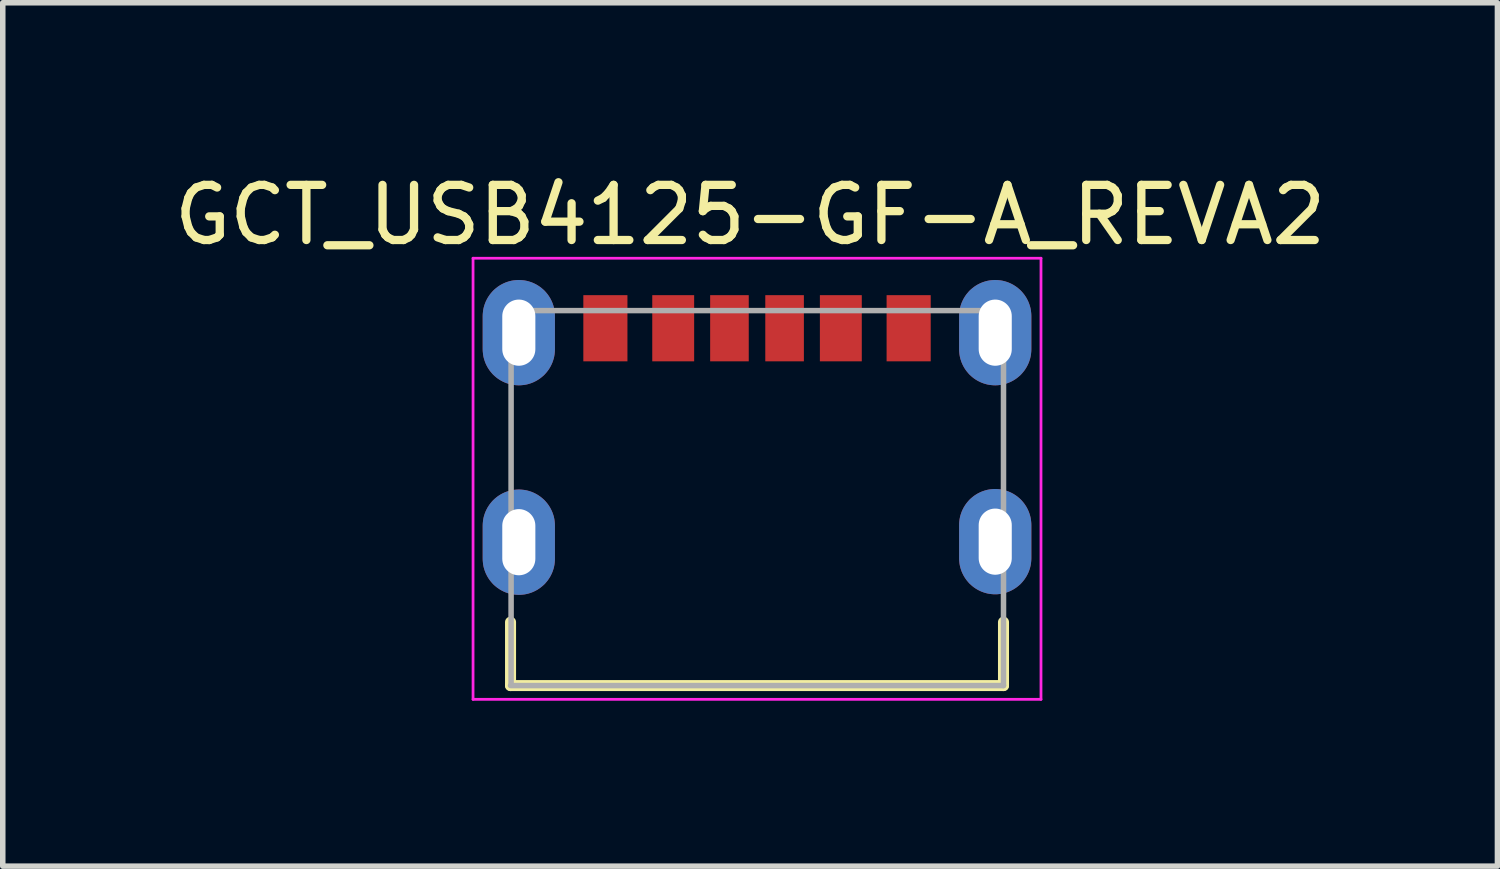
<source format=kicad_pcb>
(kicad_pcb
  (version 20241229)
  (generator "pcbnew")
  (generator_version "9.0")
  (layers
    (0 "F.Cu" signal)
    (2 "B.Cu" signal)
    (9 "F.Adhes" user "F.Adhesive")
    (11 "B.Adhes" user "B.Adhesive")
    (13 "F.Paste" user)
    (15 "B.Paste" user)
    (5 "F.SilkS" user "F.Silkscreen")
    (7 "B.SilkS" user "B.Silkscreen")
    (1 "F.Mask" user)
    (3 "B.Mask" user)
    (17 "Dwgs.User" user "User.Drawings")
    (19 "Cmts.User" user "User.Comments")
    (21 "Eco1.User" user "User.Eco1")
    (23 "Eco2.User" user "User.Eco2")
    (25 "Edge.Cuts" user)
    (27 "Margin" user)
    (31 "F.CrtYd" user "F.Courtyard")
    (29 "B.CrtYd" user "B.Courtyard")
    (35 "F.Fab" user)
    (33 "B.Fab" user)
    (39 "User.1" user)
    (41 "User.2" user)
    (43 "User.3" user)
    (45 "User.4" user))
  (footprint "GCT_USB4125-GF-A_REVA2"
    (layer "F.Cu")
    (at 10.679 5.983)
    (property "Reference" "GCT_USB4125-GF-A_REVA2" (at -0.125 -5.135 0) (layer "F.SilkS") (effects (font (size 1 1) (thickness 0.15))))
    (attr through_hole)
    (fp_poly (pts (xy -4.15 -0.12) (xy -3.95 -0.02) (xy -3.85 0.08) (xy -3.76 0.2) (xy -3.71 0.33) (xy -3.69 0.46) (xy -3.68 0.78) (xy -3.68 1.13) (xy -3.69 1.22) (xy -3.72 1.32) (xy -3.78 1.45) (xy -3.88 1.57) (xy -3.95 1.63) (xy -4.08 1.72) (xy -4.28 1.76) (xy -4.45 1.76) (xy -4.59 1.72) (xy -4.72 1.65) (xy -4.84 1.54) (xy -4.94 1.4) (xy -4.97 1.28) (xy -4.99 1.16) (xy -4.99 0.39) (xy -4.95 0.26) (xy -4.83 0.06) (xy -4.65 -0.08) (xy -4.45 -0.14) (xy -4.32 -0.15)) (stroke (width 0.1) (type solid)) (fill yes) (layer "F.Mask"))
    (fp_poly (pts (xy -4.14 -3.89) (xy -3.94 -3.79) (xy -3.84 -3.69) (xy -3.75 -3.57) (xy -3.7 -3.44) (xy -3.68 -3.31) (xy -3.67 -2.99) (xy -3.67 -2.64) (xy -3.68 -2.55) (xy -3.71 -2.45) (xy -3.77 -2.32) (xy -3.87 -2.2) (xy -3.94 -2.14) (xy -4.07 -2.05) (xy -4.27 -2.01) (xy -4.44 -2.01) (xy -4.58 -2.05) (xy -4.71 -2.12) (xy -4.83 -2.23) (xy -4.93 -2.37) (xy -4.96 -2.49) (xy -4.98 -2.61) (xy -4.98 -3.38) (xy -4.94 -3.51) (xy -4.82 -3.71) (xy -4.64 -3.85) (xy -4.44 -3.91) (xy -4.31 -3.92)) (stroke (width 0.1) (type solid)) (fill yes) (layer "F.Mask"))
    (fp_poly (pts (xy 4.51 -0.14) (xy 4.71 -0.04) (xy 4.81 0.06) (xy 4.9 0.18) (xy 4.95 0.31) (xy 4.97 0.44) (xy 4.98 0.76) (xy 4.98 1.11) (xy 4.97 1.2) (xy 4.94 1.3) (xy 4.88 1.43) (xy 4.78 1.55) (xy 4.71 1.61) (xy 4.58 1.7) (xy 4.38 1.74) (xy 4.21 1.74) (xy 4.07 1.7) (xy 3.94 1.63) (xy 3.82 1.52) (xy 3.72 1.38) (xy 3.69 1.26) (xy 3.67 1.14) (xy 3.67 0.37) (xy 3.71 0.24) (xy 3.83 0.04) (xy 4.01 -0.1) (xy 4.21 -0.16) (xy 4.34 -0.17)) (stroke (width 0.1) (type solid)) (fill yes) (layer "F.Mask"))
    (fp_poly (pts (xy 4.52 -3.95) (xy 4.72 -3.85) (xy 4.82 -3.75) (xy 4.91 -3.63) (xy 4.96 -3.5) (xy 4.98 -3.37) (xy 4.99 -3.05) (xy 4.99 -2.7) (xy 4.98 -2.61) (xy 4.95 -2.51) (xy 4.89 -2.38) (xy 4.79 -2.26) (xy 4.72 -2.2) (xy 4.59 -2.11) (xy 4.39 -2.07) (xy 4.22 -2.07) (xy 4.08 -2.11) (xy 3.95 -2.18) (xy 3.83 -2.29) (xy 3.73 -2.43) (xy 3.7 -2.55) (xy 3.68 -2.67) (xy 3.68 -3.44) (xy 3.72 -3.57) (xy 3.84 -3.77) (xy 4.02 -3.91) (xy 4.22 -3.97) (xy 4.35 -3.98)) (stroke (width 0.1) (type solid)) (fill yes) (layer "F.Mask"))
    (fp_poly (pts (xy -4.16 -0.13) (xy -3.96 -0.03) (xy -3.86 0.07) (xy -3.77 0.19) (xy -3.72 0.32) (xy -3.7 0.45) (xy -3.69 0.77) (xy -3.69 1.12) (xy -3.7 1.21) (xy -3.73 1.31) (xy -3.79 1.44) (xy -3.89 1.56) (xy -3.96 1.62) (xy -4.09 1.71) (xy -4.29 1.75) (xy -4.46 1.75) (xy -4.6 1.71) (xy -4.73 1.64) (xy -4.85 1.53) (xy -4.95 1.39) (xy -4.98 1.27) (xy -5 1.15) (xy -5 0.38) (xy -4.96 0.25) (xy -4.84 0.05) (xy -4.66 -0.09) (xy -4.46 -0.15) (xy -4.33 -0.16)) (stroke (width 0.1) (type solid)) (fill yes) (layer "B.Mask"))
    (fp_poly (pts (xy -4.15 -3.91) (xy -3.95 -3.81) (xy -3.85 -3.71) (xy -3.76 -3.59) (xy -3.71 -3.46) (xy -3.69 -3.33) (xy -3.68 -3.01) (xy -3.68 -2.66) (xy -3.69 -2.57) (xy -3.72 -2.47) (xy -3.78 -2.34) (xy -3.88 -2.22) (xy -3.95 -2.16) (xy -4.08 -2.07) (xy -4.28 -2.03) (xy -4.45 -2.03) (xy -4.59 -2.07) (xy -4.72 -2.14) (xy -4.84 -2.25) (xy -4.94 -2.39) (xy -4.97 -2.51) (xy -4.99 -2.63) (xy -4.99 -3.4) (xy -4.95 -3.53) (xy -4.83 -3.73) (xy -4.65 -3.87) (xy -4.45 -3.93) (xy -4.32 -3.94)) (stroke (width 0.1) (type solid)) (fill yes) (layer "B.Mask"))
    (fp_poly (pts (xy 4.51 -0.14) (xy 4.71 -0.04) (xy 4.81 0.06) (xy 4.9 0.18) (xy 4.95 0.31) (xy 4.97 0.44) (xy 4.98 0.76) (xy 4.98 1.11) (xy 4.97 1.2) (xy 4.94 1.3) (xy 4.88 1.43) (xy 4.78 1.55) (xy 4.71 1.61) (xy 4.58 1.7) (xy 4.38 1.74) (xy 4.21 1.74) (xy 4.07 1.7) (xy 3.94 1.63) (xy 3.82 1.52) (xy 3.72 1.38) (xy 3.69 1.26) (xy 3.67 1.14) (xy 3.67 0.37) (xy 3.71 0.24) (xy 3.83 0.04) (xy 4.01 -0.1) (xy 4.21 -0.16) (xy 4.34 -0.17)) (stroke (width 0.1) (type solid)) (fill yes) (layer "B.Mask"))
    (fp_poly (pts (xy 4.52 -3.94) (xy 4.72 -3.84) (xy 4.82 -3.74) (xy 4.91 -3.62) (xy 4.96 -3.49) (xy 4.98 -3.36) (xy 4.99 -3.04) (xy 4.99 -2.69) (xy 4.98 -2.6) (xy 4.95 -2.5) (xy 4.89 -2.37) (xy 4.79 -2.25) (xy 4.72 -2.19) (xy 4.59 -2.1) (xy 4.39 -2.06) (xy 4.22 -2.06) (xy 4.08 -2.1) (xy 3.95 -2.17) (xy 3.83 -2.28) (xy 3.73 -2.42) (xy 3.7 -2.54) (xy 3.68 -2.66) (xy 3.68 -3.43) (xy 3.72 -3.56) (xy 3.84 -3.76) (xy 4.02 -3.9) (xy 4.22 -3.96) (xy 4.35 -3.97)) (stroke (width 0.1) (type solid)) (fill yes) (layer "B.Mask"))
    (fp_line (start -4.47 2.25) (end -4.47 3.4) (stroke (width 0.2) (type solid)) (layer "F.SilkS"))
    (fp_line (start -4.47 3.4) (end 4.47 3.4) (stroke (width 0.2) (type solid)) (layer "F.SilkS"))
    (fp_line (start 4.47 3.4) (end 4.47 2.25) (stroke (width 0.2) (type solid)) (layer "F.SilkS"))
    (fp_line (start -5.15 -4.35) (end 5.15 -4.35) (stroke (width 0.05) (type solid)) (layer "F.CrtYd"))
    (fp_line (start -5.15 3.65) (end -5.15 -4.35) (stroke (width 0.05) (type solid)) (layer "F.CrtYd"))
    (fp_line (start 5.15 -4.35) (end 5.15 3.65) (stroke (width 0.05) (type solid)) (layer "F.CrtYd"))
    (fp_line (start 5.15 3.65) (end -5.15 3.65) (stroke (width 0.05) (type solid)) (layer "F.CrtYd"))
    (fp_line (start -4.47 -3.4) (end 4.47 -3.4) (stroke (width 0.1) (type solid)) (layer "F.Fab"))
    (fp_line (start -4.46 -3.42) (end -4.46 3.38) (stroke (width 0.1) (type solid)) (layer "F.Fab"))
    (fp_line (start 4.47 -3.4) (end 4.47 3.4) (stroke (width 0.1) (type solid)) (layer "F.Fab"))
    (fp_line (start 4.47 3.4) (end -4.47 3.4) (stroke (width 0.1) (type solid)) (layer "F.Fab"))
    (pad "A5" smd rect (at -0.5 -3.08) (size 0.7 1.2) (layers "F.Cu" "F.Mask" "F.Paste"))
    (pad "A9" smd rect (at 1.52 -3.08) (size 0.76 1.2) (layers "F.Cu" "F.Mask" "F.Paste"))
    (pad "A12" smd rect (at 2.75 -3.08) (size 0.8 1.2) (layers "F.Cu" "F.Mask" "F.Paste"))
    (pad "B5" smd rect (at 0.5 -3.08) (size 0.7 1.2) (layers "F.Cu" "F.Mask" "F.Paste"))
    (pad "B9" smd rect (at -1.52 -3.08) (size 0.76 1.2) (layers "F.Cu" "F.Mask" "F.Paste"))
    (pad "B12" smd rect (at -2.75 -3.08) (size 0.8 1.2) (layers "F.Cu" "F.Mask" "F.Paste"))
    (pad "S1" thru_hole custom (at -4.32 -3) (size 0.8 1.6) (drill oval 0.6 1.2) (layers "*.Cu") (options (anchor rect)) (primitives (gr_poly (pts (xy 0 -0.95) (xy -0.034 -0.949) (xy -0.068 -0.946) (xy -0.102 -0.942) (xy -0.135 -0.936) (xy -0.168 -0.928) (xy -0.201 -0.918) (xy -0.233 -0.907) (xy -0.264 -0.894) (xy -0.295 -0.879) (xy -0.325 -0.863) (xy -0.354 -0.845) (xy -0.382 -0.826) (xy -0.409 -0.805) (xy -0.435 -0.783) (xy -0.46 -0.76) (xy -0.483 -0.735) (xy -0.505 -0.709) (xy -0.526 -0.682) (xy -0.545 -0.654) (xy -0.563 -0.625) (xy -0.579 -0.595) (xy -0.594 -0.564) (xy -0.607 -0.533) (xy -0.618 -0.501) (xy -0.628 -0.468) (xy -0.636 -0.435) (xy -0.642 -0.402) (xy -0.646 -0.368) (xy -0.649 -0.334) (xy -0.65 -0.3) (xy -0.65 0.3) (xy -0.649 0.334) (xy -0.646 0.368) (xy -0.642 0.402) (xy -0.636 0.435) (xy -0.628 0.468) (xy -0.618 0.501) (xy -0.607 0.533) (xy -0.594 0.564) (xy -0.579 0.595) (xy -0.563 0.625) (xy -0.545 0.654) (xy -0.526 0.682) (xy -0.505 0.709) (xy -0.483 0.735) (xy -0.46 0.76) (xy -0.435 0.783) (xy -0.409 0.805) (xy -0.382 0.826) (xy -0.354 0.845) (xy -0.325 0.863) (xy -0.295 0.879) (xy -0.264 0.894) (xy -0.233 0.907) (xy -0.201 0.918) (xy -0.168 0.928) (xy -0.135 0.936) (xy -0.102 0.942) (xy -0.068 0.946) (xy -0.034 0.949) (xy 0 0.95) (xy 0.034 0.949) (xy 0.068 0.946) (xy 0.102 0.942) (xy 0.135 0.936) (xy 0.168 0.928) (xy 0.201 0.918) (xy 0.233 0.907) (xy 0.264 0.894) (xy 0.295 0.879) (xy 0.325 0.863) (xy 0.354 0.845) (xy 0.382 0.826) (xy 0.409 0.805) (xy 0.435 0.783) (xy 0.46 0.76) (xy 0.483 0.735) (xy 0.505 0.709) (xy 0.526 0.682) (xy 0.545 0.654) (xy 0.563 0.625) (xy 0.579 0.595) (xy 0.594 0.564) (xy 0.607 0.533) (xy 0.618 0.501) (xy 0.628 0.468) (xy 0.636 0.435) (xy 0.642 0.402) (xy 0.646 0.368) (xy 0.649 0.334) (xy 0.65 0.3) (xy 0.65 -0.3) (xy 0.649 -0.334) (xy 0.646 -0.368) (xy 0.642 -0.402) (xy 0.636 -0.435) (xy 0.628 -0.468) (xy 0.618 -0.501) (xy 0.607 -0.533) (xy 0.594 -0.564) (xy 0.579 -0.595) (xy 0.563 -0.625) (xy 0.545 -0.654) (xy 0.526 -0.682) (xy 0.505 -0.709) (xy 0.483 -0.735) (xy 0.46 -0.76) (xy 0.435 -0.783) (xy 0.409 -0.805) (xy 0.382 -0.826) (xy 0.354 -0.845) (xy 0.325 -0.863) (xy 0.295 -0.879) (xy 0.264 -0.894) (xy 0.233 -0.907) (xy 0.201 -0.918) (xy 0.168 -0.928) (xy 0.135 -0.936) (xy 0.102 -0.942) (xy 0.068 -0.946) (xy 0.034 -0.949) (xy 0 -0.95)) (width 0.01) (fill yes)) (gr_poly (pts (xy 0 -0.85) (xy -0.029 -0.849) (xy -0.057 -0.847) (xy -0.086 -0.843) (xy -0.114 -0.838) (xy -0.142 -0.831) (xy -0.17 -0.823) (xy -0.197 -0.813) (xy -0.224 -0.802) (xy -0.25 -0.79) (xy -0.275 -0.776) (xy -0.3 -0.761) (xy -0.323 -0.745) (xy -0.346 -0.727) (xy -0.368 -0.709) (xy -0.389 -0.689) (xy -0.409 -0.668) (xy -0.427 -0.646) (xy -0.445 -0.623) (xy -0.461 -0.6) (xy -0.476 -0.575) (xy -0.49 -0.55) (xy -0.502 -0.524) (xy -0.513 -0.497) (xy -0.523 -0.47) (xy -0.531 -0.442) (xy -0.538 -0.414) (xy -0.543 -0.386) (xy -0.547 -0.357) (xy -0.549 -0.329) (xy -0.55 -0.3) (xy -0.55 0.3) (xy -0.549 0.329) (xy -0.547 0.357) (xy -0.543 0.386) (xy -0.538 0.414) (xy -0.531 0.442) (xy -0.523 0.47) (xy -0.513 0.497) (xy -0.502 0.524) (xy -0.49 0.55) (xy -0.476 0.575) (xy -0.461 0.6) (xy -0.445 0.623) (xy -0.427 0.646) (xy -0.409 0.668) (xy -0.389 0.689) (xy -0.368 0.709) (xy -0.346 0.727) (xy -0.323 0.745) (xy -0.3 0.761) (xy -0.275 0.776) (xy -0.25 0.79) (xy -0.224 0.802) (xy -0.197 0.813) (xy -0.17 0.823) (xy -0.142 0.831) (xy -0.114 0.838) (xy -0.086 0.843) (xy -0.057 0.847) (xy -0.029 0.849) (xy 0 0.85) (xy 0.029 0.849) (xy 0.057 0.847) (xy 0.086 0.843) (xy 0.114 0.838) (xy 0.142 0.831) (xy 0.17 0.823) (xy 0.197 0.813) (xy 0.224 0.802) (xy 0.25 0.79) (xy 0.275 0.776) (xy 0.3 0.761) (xy 0.323 0.745) (xy 0.346 0.727) (xy 0.368 0.709) (xy 0.389 0.689) (xy 0.409 0.668) (xy 0.427 0.646) (xy 0.445 0.623) (xy 0.461 0.6) (xy 0.476 0.575) (xy 0.49 0.55) (xy 0.502 0.524) (xy 0.513 0.497) (xy 0.523 0.47) (xy 0.531 0.442) (xy 0.538 0.414) (xy 0.543 0.386) (xy 0.547 0.357) (xy 0.549 0.329) (xy 0.55 0.3) (xy 0.55 -0.3) (xy 0.549 -0.329) (xy 0.547 -0.357) (xy 0.543 -0.386) (xy 0.538 -0.414) (xy 0.531 -0.442) (xy 0.523 -0.47) (xy 0.513 -0.497) (xy 0.502 -0.524) (xy 0.49 -0.55) (xy 0.476 -0.575) (xy 0.461 -0.6) (xy 0.445 -0.623) (xy 0.427 -0.646) (xy 0.409 -0.668) (xy 0.389 -0.689) (xy 0.368 -0.709) (xy 0.346 -0.727) (xy 0.323 -0.745) (xy 0.3 -0.761) (xy 0.275 -0.776) (xy 0.25 -0.79) (xy 0.224 -0.802) (xy 0.197 -0.813) (xy 0.17 -0.823) (xy 0.142 -0.831) (xy 0.114 -0.838) (xy 0.086 -0.843) (xy 0.057 -0.847) (xy 0.029 -0.849) (xy 0 -0.85)) (width 0.01) (fill yes)) (gr_poly (pts (xy 0 -0.95) (xy -0.034 -0.949) (xy -0.068 -0.946) (xy -0.102 -0.942) (xy -0.135 -0.936) (xy -0.168 -0.928) (xy -0.201 -0.918) (xy -0.233 -0.907) (xy -0.264 -0.894) (xy -0.295 -0.879) (xy -0.325 -0.863) (xy -0.354 -0.845) (xy -0.382 -0.826) (xy -0.409 -0.805) (xy -0.435 -0.783) (xy -0.46 -0.76) (xy -0.483 -0.735) (xy -0.505 -0.709) (xy -0.526 -0.682) (xy -0.545 -0.654) (xy -0.563 -0.625) (xy -0.579 -0.595) (xy -0.594 -0.564) (xy -0.607 -0.533) (xy -0.618 -0.501) (xy -0.628 -0.468) (xy -0.636 -0.435) (xy -0.642 -0.402) (xy -0.646 -0.368) (xy -0.649 -0.334) (xy -0.65 -0.3) (xy -0.65 0.3) (xy -0.649 0.334) (xy -0.646 0.368) (xy -0.642 0.402) (xy -0.636 0.435) (xy -0.628 0.468) (xy -0.618 0.501) (xy -0.607 0.533) (xy -0.594 0.564) (xy -0.579 0.595) (xy -0.563 0.625) (xy -0.545 0.654) (xy -0.526 0.682) (xy -0.505 0.709) (xy -0.483 0.735) (xy -0.46 0.76) (xy -0.435 0.783) (xy -0.409 0.805) (xy -0.382 0.826) (xy -0.354 0.845) (xy -0.325 0.863) (xy -0.295 0.879) (xy -0.264 0.894) (xy -0.233 0.907) (xy -0.201 0.918) (xy -0.168 0.928) (xy -0.135 0.936) (xy -0.102 0.942) (xy -0.068 0.946) (xy -0.034 0.949) (xy 0 0.95) (xy 0.034 0.949) (xy 0.068 0.946) (xy 0.102 0.942) (xy 0.135 0.936) (xy 0.168 0.928) (xy 0.201 0.918) (xy 0.233 0.907) (xy 0.264 0.894) (xy 0.295 0.879) (xy 0.325 0.863) (xy 0.354 0.845) (xy 0.382 0.826) (xy 0.409 0.805) (xy 0.435 0.783) (xy 0.46 0.76) (xy 0.483 0.735) (xy 0.505 0.709) (xy 0.526 0.682) (xy 0.545 0.654) (xy 0.563 0.625) (xy 0.579 0.595) (xy 0.594 0.564) (xy 0.607 0.533) (xy 0.618 0.501) (xy 0.628 0.468) (xy 0.636 0.435) (xy 0.642 0.402) (xy 0.646 0.368) (xy 0.649 0.334) (xy 0.65 0.3) (xy 0.65 -0.3) (xy 0.649 -0.334) (xy 0.646 -0.368) (xy 0.642 -0.402) (xy 0.636 -0.435) (xy 0.628 -0.468) (xy 0.618 -0.501) (xy 0.607 -0.533) (xy 0.594 -0.564) (xy 0.579 -0.595) (xy 0.563 -0.625) (xy 0.545 -0.654) (xy 0.526 -0.682) (xy 0.505 -0.709) (xy 0.483 -0.735) (xy 0.46 -0.76) (xy 0.435 -0.783) (xy 0.409 -0.805) (xy 0.382 -0.826) (xy 0.354 -0.845) (xy 0.325 -0.863) (xy 0.295 -0.879) (xy 0.264 -0.894) (xy 0.233 -0.907) (xy 0.201 -0.918) (xy 0.168 -0.928) (xy 0.135 -0.936) (xy 0.102 -0.942) (xy 0.068 -0.946) (xy 0.034 -0.949) (xy 0 -0.95)) (width 0.01) (fill yes)) (gr_poly (pts (xy 0 -0.85) (xy -0.029 -0.849) (xy -0.057 -0.847) (xy -0.086 -0.843) (xy -0.114 -0.838) (xy -0.142 -0.831) (xy -0.17 -0.823) (xy -0.197 -0.813) (xy -0.224 -0.802) (xy -0.25 -0.79) (xy -0.275 -0.776) (xy -0.3 -0.761) (xy -0.323 -0.745) (xy -0.346 -0.727) (xy -0.368 -0.709) (xy -0.389 -0.689) (xy -0.409 -0.668) (xy -0.427 -0.646) (xy -0.445 -0.623) (xy -0.461 -0.6) (xy -0.476 -0.575) (xy -0.49 -0.55) (xy -0.502 -0.524) (xy -0.513 -0.497) (xy -0.523 -0.47) (xy -0.531 -0.442) (xy -0.538 -0.414) (xy -0.543 -0.386) (xy -0.547 -0.357) (xy -0.549 -0.329) (xy -0.55 -0.3) (xy -0.55 0.3) (xy -0.549 0.329) (xy -0.547 0.357) (xy -0.543 0.386) (xy -0.538 0.414) (xy -0.531 0.442) (xy -0.523 0.47) (xy -0.513 0.497) (xy -0.502 0.524) (xy -0.49 0.55) (xy -0.476 0.575) (xy -0.461 0.6) (xy -0.445 0.623) (xy -0.427 0.646) (xy -0.409 0.668) (xy -0.389 0.689) (xy -0.368 0.709) (xy -0.346 0.727) (xy -0.323 0.745) (xy -0.3 0.761) (xy -0.275 0.776) (xy -0.25 0.79) (xy -0.224 0.802) (xy -0.197 0.813) (xy -0.17 0.823) (xy -0.142 0.831) (xy -0.114 0.838) (xy -0.086 0.843) (xy -0.057 0.847) (xy -0.029 0.849) (xy 0 0.85) (xy 0.029 0.849) (xy 0.057 0.847) (xy 0.086 0.843) (xy 0.114 0.838) (xy 0.142 0.831) (xy 0.17 0.823) (xy 0.197 0.813) (xy 0.224 0.802) (xy 0.25 0.79) (xy 0.275 0.776) (xy 0.3 0.761) (xy 0.323 0.745) (xy 0.346 0.727) (xy 0.368 0.709) (xy 0.389 0.689) (xy 0.409 0.668) (xy 0.427 0.646) (xy 0.445 0.623) (xy 0.461 0.6) (xy 0.476 0.575) (xy 0.49 0.55) (xy 0.502 0.524) (xy 0.513 0.497) (xy 0.523 0.47) (xy 0.531 0.442) (xy 0.538 0.414) (xy 0.543 0.386) (xy 0.547 0.357) (xy 0.549 0.329) (xy 0.55 0.3) (xy 0.55 -0.3) (xy 0.549 -0.329) (xy 0.547 -0.357) (xy 0.543 -0.386) (xy 0.538 -0.414) (xy 0.531 -0.442) (xy 0.523 -0.47) (xy 0.513 -0.497) (xy 0.502 -0.524) (xy 0.49 -0.55) (xy 0.476 -0.575) (xy 0.461 -0.6) (xy 0.445 -0.623) (xy 0.427 -0.646) (xy 0.409 -0.668) (xy 0.389 -0.689) (xy 0.368 -0.709) (xy 0.346 -0.727) (xy 0.323 -0.745) (xy 0.3 -0.761) (xy 0.275 -0.776) (xy 0.25 -0.79) (xy 0.224 -0.802) (xy 0.197 -0.813) (xy 0.17 -0.823) (xy 0.142 -0.831) (xy 0.114 -0.838) (xy 0.086 -0.843) (xy 0.057 -0.847) (xy 0.029 -0.849) (xy 0 -0.85)) (width 0.01) (fill yes))))
    (pad "S1" thru_hole custom (at -4.32 0.8) (size 0.8 1.6) (drill oval 0.6 1.2) (layers "*.Cu") (options (anchor rect)) (primitives (gr_poly (pts (xy 0 -0.95) (xy -0.034 -0.949) (xy -0.068 -0.946) (xy -0.102 -0.942) (xy -0.135 -0.936) (xy -0.168 -0.928) (xy -0.201 -0.918) (xy -0.233 -0.907) (xy -0.264 -0.894) (xy -0.295 -0.879) (xy -0.325 -0.863) (xy -0.354 -0.845) (xy -0.382 -0.826) (xy -0.409 -0.805) (xy -0.435 -0.783) (xy -0.46 -0.76) (xy -0.483 -0.735) (xy -0.505 -0.709) (xy -0.526 -0.682) (xy -0.545 -0.654) (xy -0.563 -0.625) (xy -0.579 -0.595) (xy -0.594 -0.564) (xy -0.607 -0.533) (xy -0.618 -0.501) (xy -0.628 -0.468) (xy -0.636 -0.435) (xy -0.642 -0.402) (xy -0.646 -0.368) (xy -0.649 -0.334) (xy -0.65 -0.3) (xy -0.65 0.3) (xy -0.649 0.334) (xy -0.646 0.368) (xy -0.642 0.402) (xy -0.636 0.435) (xy -0.628 0.468) (xy -0.618 0.501) (xy -0.607 0.533) (xy -0.594 0.564) (xy -0.579 0.595) (xy -0.563 0.625) (xy -0.545 0.654) (xy -0.526 0.682) (xy -0.505 0.709) (xy -0.483 0.735) (xy -0.46 0.76) (xy -0.435 0.783) (xy -0.409 0.805) (xy -0.382 0.826) (xy -0.354 0.845) (xy -0.325 0.863) (xy -0.295 0.879) (xy -0.264 0.894) (xy -0.233 0.907) (xy -0.201 0.918) (xy -0.168 0.928) (xy -0.135 0.936) (xy -0.102 0.942) (xy -0.068 0.946) (xy -0.034 0.949) (xy 0 0.95) (xy 0.034 0.949) (xy 0.068 0.946) (xy 0.102 0.942) (xy 0.135 0.936) (xy 0.168 0.928) (xy 0.201 0.918) (xy 0.233 0.907) (xy 0.264 0.894) (xy 0.295 0.879) (xy 0.325 0.863) (xy 0.354 0.845) (xy 0.382 0.826) (xy 0.409 0.805) (xy 0.435 0.783) (xy 0.46 0.76) (xy 0.483 0.735) (xy 0.505 0.709) (xy 0.526 0.682) (xy 0.545 0.654) (xy 0.563 0.625) (xy 0.579 0.595) (xy 0.594 0.564) (xy 0.607 0.533) (xy 0.618 0.501) (xy 0.628 0.468) (xy 0.636 0.435) (xy 0.642 0.402) (xy 0.646 0.368) (xy 0.649 0.334) (xy 0.65 0.3) (xy 0.65 -0.3) (xy 0.649 -0.334) (xy 0.646 -0.368) (xy 0.642 -0.402) (xy 0.636 -0.435) (xy 0.628 -0.468) (xy 0.618 -0.501) (xy 0.607 -0.533) (xy 0.594 -0.564) (xy 0.579 -0.595) (xy 0.563 -0.625) (xy 0.545 -0.654) (xy 0.526 -0.682) (xy 0.505 -0.709) (xy 0.483 -0.735) (xy 0.46 -0.76) (xy 0.435 -0.783) (xy 0.409 -0.805) (xy 0.382 -0.826) (xy 0.354 -0.845) (xy 0.325 -0.863) (xy 0.295 -0.879) (xy 0.264 -0.894) (xy 0.233 -0.907) (xy 0.201 -0.918) (xy 0.168 -0.928) (xy 0.135 -0.936) (xy 0.102 -0.942) (xy 0.068 -0.946) (xy 0.034 -0.949) (xy 0 -0.95)) (width 0.01) (fill yes)) (gr_poly (pts (xy 0 -0.85) (xy -0.029 -0.849) (xy -0.057 -0.847) (xy -0.086 -0.843) (xy -0.114 -0.838) (xy -0.142 -0.831) (xy -0.17 -0.823) (xy -0.197 -0.813) (xy -0.224 -0.802) (xy -0.25 -0.79) (xy -0.275 -0.776) (xy -0.3 -0.761) (xy -0.323 -0.745) (xy -0.346 -0.727) (xy -0.368 -0.709) (xy -0.389 -0.689) (xy -0.409 -0.668) (xy -0.427 -0.646) (xy -0.445 -0.623) (xy -0.461 -0.6) (xy -0.476 -0.575) (xy -0.49 -0.55) (xy -0.502 -0.524) (xy -0.513 -0.497) (xy -0.523 -0.47) (xy -0.531 -0.442) (xy -0.538 -0.414) (xy -0.543 -0.386) (xy -0.547 -0.357) (xy -0.549 -0.329) (xy -0.55 -0.3) (xy -0.55 0.3) (xy -0.549 0.329) (xy -0.547 0.357) (xy -0.543 0.386) (xy -0.538 0.414) (xy -0.531 0.442) (xy -0.523 0.47) (xy -0.513 0.497) (xy -0.502 0.524) (xy -0.49 0.55) (xy -0.476 0.575) (xy -0.461 0.6) (xy -0.445 0.623) (xy -0.427 0.646) (xy -0.409 0.668) (xy -0.389 0.689) (xy -0.368 0.709) (xy -0.346 0.727) (xy -0.323 0.745) (xy -0.3 0.761) (xy -0.275 0.776) (xy -0.25 0.79) (xy -0.224 0.802) (xy -0.197 0.813) (xy -0.17 0.823) (xy -0.142 0.831) (xy -0.114 0.838) (xy -0.086 0.843) (xy -0.057 0.847) (xy -0.029 0.849) (xy 0 0.85) (xy 0.029 0.849) (xy 0.057 0.847) (xy 0.086 0.843) (xy 0.114 0.838) (xy 0.142 0.831) (xy 0.17 0.823) (xy 0.197 0.813) (xy 0.224 0.802) (xy 0.25 0.79) (xy 0.275 0.776) (xy 0.3 0.761) (xy 0.323 0.745) (xy 0.346 0.727) (xy 0.368 0.709) (xy 0.389 0.689) (xy 0.409 0.668) (xy 0.427 0.646) (xy 0.445 0.623) (xy 0.461 0.6) (xy 0.476 0.575) (xy 0.49 0.55) (xy 0.502 0.524) (xy 0.513 0.497) (xy 0.523 0.47) (xy 0.531 0.442) (xy 0.538 0.414) (xy 0.543 0.386) (xy 0.547 0.357) (xy 0.549 0.329) (xy 0.55 0.3) (xy 0.55 -0.3) (xy 0.549 -0.329) (xy 0.547 -0.357) (xy 0.543 -0.386) (xy 0.538 -0.414) (xy 0.531 -0.442) (xy 0.523 -0.47) (xy 0.513 -0.497) (xy 0.502 -0.524) (xy 0.49 -0.55) (xy 0.476 -0.575) (xy 0.461 -0.6) (xy 0.445 -0.623) (xy 0.427 -0.646) (xy 0.409 -0.668) (xy 0.389 -0.689) (xy 0.368 -0.709) (xy 0.346 -0.727) (xy 0.323 -0.745) (xy 0.3 -0.761) (xy 0.275 -0.776) (xy 0.25 -0.79) (xy 0.224 -0.802) (xy 0.197 -0.813) (xy 0.17 -0.823) (xy 0.142 -0.831) (xy 0.114 -0.838) (xy 0.086 -0.843) (xy 0.057 -0.847) (xy 0.029 -0.849) (xy 0 -0.85)) (width 0.01) (fill yes)) (gr_poly (pts (xy 0 -0.95) (xy -0.034 -0.949) (xy -0.068 -0.946) (xy -0.102 -0.942) (xy -0.135 -0.936) (xy -0.168 -0.928) (xy -0.201 -0.918) (xy -0.233 -0.907) (xy -0.264 -0.894) (xy -0.295 -0.879) (xy -0.325 -0.863) (xy -0.354 -0.845) (xy -0.382 -0.826) (xy -0.409 -0.805) (xy -0.435 -0.783) (xy -0.46 -0.76) (xy -0.483 -0.735) (xy -0.505 -0.709) (xy -0.526 -0.682) (xy -0.545 -0.654) (xy -0.563 -0.625) (xy -0.579 -0.595) (xy -0.594 -0.564) (xy -0.607 -0.533) (xy -0.618 -0.501) (xy -0.628 -0.468) (xy -0.636 -0.435) (xy -0.642 -0.402) (xy -0.646 -0.368) (xy -0.649 -0.334) (xy -0.65 -0.3) (xy -0.65 0.3) (xy -0.649 0.334) (xy -0.646 0.368) (xy -0.642 0.402) (xy -0.636 0.435) (xy -0.628 0.468) (xy -0.618 0.501) (xy -0.607 0.533) (xy -0.594 0.564) (xy -0.579 0.595) (xy -0.563 0.625) (xy -0.545 0.654) (xy -0.526 0.682) (xy -0.505 0.709) (xy -0.483 0.735) (xy -0.46 0.76) (xy -0.435 0.783) (xy -0.409 0.805) (xy -0.382 0.826) (xy -0.354 0.845) (xy -0.325 0.863) (xy -0.295 0.879) (xy -0.264 0.894) (xy -0.233 0.907) (xy -0.201 0.918) (xy -0.168 0.928) (xy -0.135 0.936) (xy -0.102 0.942) (xy -0.068 0.946) (xy -0.034 0.949) (xy 0 0.95) (xy 0.034 0.949) (xy 0.068 0.946) (xy 0.102 0.942) (xy 0.135 0.936) (xy 0.168 0.928) (xy 0.201 0.918) (xy 0.233 0.907) (xy 0.264 0.894) (xy 0.295 0.879) (xy 0.325 0.863) (xy 0.354 0.845) (xy 0.382 0.826) (xy 0.409 0.805) (xy 0.435 0.783) (xy 0.46 0.76) (xy 0.483 0.735) (xy 0.505 0.709) (xy 0.526 0.682) (xy 0.545 0.654) (xy 0.563 0.625) (xy 0.579 0.595) (xy 0.594 0.564) (xy 0.607 0.533) (xy 0.618 0.501) (xy 0.628 0.468) (xy 0.636 0.435) (xy 0.642 0.402) (xy 0.646 0.368) (xy 0.649 0.334) (xy 0.65 0.3) (xy 0.65 -0.3) (xy 0.649 -0.334) (xy 0.646 -0.368) (xy 0.642 -0.402) (xy 0.636 -0.435) (xy 0.628 -0.468) (xy 0.618 -0.501) (xy 0.607 -0.533) (xy 0.594 -0.564) (xy 0.579 -0.595) (xy 0.563 -0.625) (xy 0.545 -0.654) (xy 0.526 -0.682) (xy 0.505 -0.709) (xy 0.483 -0.735) (xy 0.46 -0.76) (xy 0.435 -0.783) (xy 0.409 -0.805) (xy 0.382 -0.826) (xy 0.354 -0.845) (xy 0.325 -0.863) (xy 0.295 -0.879) (xy 0.264 -0.894) (xy 0.233 -0.907) (xy 0.201 -0.918) (xy 0.168 -0.928) (xy 0.135 -0.936) (xy 0.102 -0.942) (xy 0.068 -0.946) (xy 0.034 -0.949) (xy 0 -0.95)) (width 0.01) (fill yes)) (gr_poly (pts (xy 0 -0.85) (xy -0.029 -0.849) (xy -0.057 -0.847) (xy -0.086 -0.843) (xy -0.114 -0.838) (xy -0.142 -0.831) (xy -0.17 -0.823) (xy -0.197 -0.813) (xy -0.224 -0.802) (xy -0.25 -0.79) (xy -0.275 -0.776) (xy -0.3 -0.761) (xy -0.323 -0.745) (xy -0.346 -0.727) (xy -0.368 -0.709) (xy -0.389 -0.689) (xy -0.409 -0.668) (xy -0.427 -0.646) (xy -0.445 -0.623) (xy -0.461 -0.6) (xy -0.476 -0.575) (xy -0.49 -0.55) (xy -0.502 -0.524) (xy -0.513 -0.497) (xy -0.523 -0.47) (xy -0.531 -0.442) (xy -0.538 -0.414) (xy -0.543 -0.386) (xy -0.547 -0.357) (xy -0.549 -0.329) (xy -0.55 -0.3) (xy -0.55 0.3) (xy -0.549 0.329) (xy -0.547 0.357) (xy -0.543 0.386) (xy -0.538 0.414) (xy -0.531 0.442) (xy -0.523 0.47) (xy -0.513 0.497) (xy -0.502 0.524) (xy -0.49 0.55) (xy -0.476 0.575) (xy -0.461 0.6) (xy -0.445 0.623) (xy -0.427 0.646) (xy -0.409 0.668) (xy -0.389 0.689) (xy -0.368 0.709) (xy -0.346 0.727) (xy -0.323 0.745) (xy -0.3 0.761) (xy -0.275 0.776) (xy -0.25 0.79) (xy -0.224 0.802) (xy -0.197 0.813) (xy -0.17 0.823) (xy -0.142 0.831) (xy -0.114 0.838) (xy -0.086 0.843) (xy -0.057 0.847) (xy -0.029 0.849) (xy 0 0.85) (xy 0.029 0.849) (xy 0.057 0.847) (xy 0.086 0.843) (xy 0.114 0.838) (xy 0.142 0.831) (xy 0.17 0.823) (xy 0.197 0.813) (xy 0.224 0.802) (xy 0.25 0.79) (xy 0.275 0.776) (xy 0.3 0.761) (xy 0.323 0.745) (xy 0.346 0.727) (xy 0.368 0.709) (xy 0.389 0.689) (xy 0.409 0.668) (xy 0.427 0.646) (xy 0.445 0.623) (xy 0.461 0.6) (xy 0.476 0.575) (xy 0.49 0.55) (xy 0.502 0.524) (xy 0.513 0.497) (xy 0.523 0.47) (xy 0.531 0.442) (xy 0.538 0.414) (xy 0.543 0.386) (xy 0.547 0.357) (xy 0.549 0.329) (xy 0.55 0.3) (xy 0.55 -0.3) (xy 0.549 -0.329) (xy 0.547 -0.357) (xy 0.543 -0.386) (xy 0.538 -0.414) (xy 0.531 -0.442) (xy 0.523 -0.47) (xy 0.513 -0.497) (xy 0.502 -0.524) (xy 0.49 -0.55) (xy 0.476 -0.575) (xy 0.461 -0.6) (xy 0.445 -0.623) (xy 0.427 -0.646) (xy 0.409 -0.668) (xy 0.389 -0.689) (xy 0.368 -0.709) (xy 0.346 -0.727) (xy 0.323 -0.745) (xy 0.3 -0.761) (xy 0.275 -0.776) (xy 0.25 -0.79) (xy 0.224 -0.802) (xy 0.197 -0.813) (xy 0.17 -0.823) (xy 0.142 -0.831) (xy 0.114 -0.838) (xy 0.086 -0.843) (xy 0.057 -0.847) (xy 0.029 -0.849) (xy 0 -0.85)) (width 0.01) (fill yes))))
    (pad "S1" thru_hole custom (at 4.32 -3) (size 0.8 1.6) (drill oval 0.6 1.2) (layers "*.Cu") (options (anchor rect)) (primitives (gr_poly (pts (xy 0 -0.85) (xy -0.029 -0.849) (xy -0.057 -0.847) (xy -0.086 -0.843) (xy -0.114 -0.838) (xy -0.142 -0.831) (xy -0.17 -0.823) (xy -0.197 -0.813) (xy -0.224 -0.802) (xy -0.25 -0.79) (xy -0.275 -0.776) (xy -0.3 -0.761) (xy -0.323 -0.745) (xy -0.346 -0.727) (xy -0.368 -0.709) (xy -0.389 -0.689) (xy -0.409 -0.668) (xy -0.427 -0.646) (xy -0.445 -0.623) (xy -0.461 -0.6) (xy -0.476 -0.575) (xy -0.49 -0.55) (xy -0.502 -0.524) (xy -0.513 -0.497) (xy -0.523 -0.47) (xy -0.531 -0.442) (xy -0.538 -0.414) (xy -0.543 -0.386) (xy -0.547 -0.357) (xy -0.549 -0.329) (xy -0.55 -0.3) (xy -0.55 0.3) (xy -0.549 0.329) (xy -0.547 0.357) (xy -0.543 0.386) (xy -0.538 0.414) (xy -0.531 0.442) (xy -0.523 0.47) (xy -0.513 0.497) (xy -0.502 0.524) (xy -0.49 0.55) (xy -0.476 0.575) (xy -0.461 0.6) (xy -0.445 0.623) (xy -0.427 0.646) (xy -0.409 0.668) (xy -0.389 0.689) (xy -0.368 0.709) (xy -0.346 0.727) (xy -0.323 0.745) (xy -0.3 0.761) (xy -0.275 0.776) (xy -0.25 0.79) (xy -0.224 0.802) (xy -0.197 0.813) (xy -0.17 0.823) (xy -0.142 0.831) (xy -0.114 0.838) (xy -0.086 0.843) (xy -0.057 0.847) (xy -0.029 0.849) (xy 0 0.85) (xy 0.029 0.849) (xy 0.057 0.847) (xy 0.086 0.843) (xy 0.114 0.838) (xy 0.142 0.831) (xy 0.17 0.823) (xy 0.197 0.813) (xy 0.224 0.802) (xy 0.25 0.79) (xy 0.275 0.776) (xy 0.3 0.761) (xy 0.323 0.745) (xy 0.346 0.727) (xy 0.368 0.709) (xy 0.389 0.689) (xy 0.409 0.668) (xy 0.427 0.646) (xy 0.445 0.623) (xy 0.461 0.6) (xy 0.476 0.575) (xy 0.49 0.55) (xy 0.502 0.524) (xy 0.513 0.497) (xy 0.523 0.47) (xy 0.531 0.442) (xy 0.538 0.414) (xy 0.543 0.386) (xy 0.547 0.357) (xy 0.549 0.329) (xy 0.55 0.3) (xy 0.55 -0.3) (xy 0.549 -0.329) (xy 0.547 -0.357) (xy 0.543 -0.386) (xy 0.538 -0.414) (xy 0.531 -0.442) (xy 0.523 -0.47) (xy 0.513 -0.497) (xy 0.502 -0.524) (xy 0.49 -0.55) (xy 0.476 -0.575) (xy 0.461 -0.6) (xy 0.445 -0.623) (xy 0.427 -0.646) (xy 0.409 -0.668) (xy 0.389 -0.689) (xy 0.368 -0.709) (xy 0.346 -0.727) (xy 0.323 -0.745) (xy 0.3 -0.761) (xy 0.275 -0.776) (xy 0.25 -0.79) (xy 0.224 -0.802) (xy 0.197 -0.813) (xy 0.17 -0.823) (xy 0.142 -0.831) (xy 0.114 -0.838) (xy 0.086 -0.843) (xy 0.057 -0.847) (xy 0.029 -0.849) (xy 0 -0.85)) (width 0.01) (fill yes)) (gr_poly (pts (xy 0 -0.85) (xy -0.029 -0.849) (xy -0.057 -0.847) (xy -0.086 -0.843) (xy -0.114 -0.838) (xy -0.142 -0.831) (xy -0.17 -0.823) (xy -0.197 -0.813) (xy -0.224 -0.802) (xy -0.25 -0.79) (xy -0.275 -0.776) (xy -0.3 -0.761) (xy -0.323 -0.745) (xy -0.346 -0.727) (xy -0.368 -0.709) (xy -0.389 -0.689) (xy -0.409 -0.668) (xy -0.427 -0.646) (xy -0.445 -0.623) (xy -0.461 -0.6) (xy -0.476 -0.575) (xy -0.49 -0.55) (xy -0.502 -0.524) (xy -0.513 -0.497) (xy -0.523 -0.47) (xy -0.531 -0.442) (xy -0.538 -0.414) (xy -0.543 -0.386) (xy -0.547 -0.357) (xy -0.549 -0.329) (xy -0.55 -0.3) (xy -0.55 0.3) (xy -0.549 0.329) (xy -0.547 0.357) (xy -0.543 0.386) (xy -0.538 0.414) (xy -0.531 0.442) (xy -0.523 0.47) (xy -0.513 0.497) (xy -0.502 0.524) (xy -0.49 0.55) (xy -0.476 0.575) (xy -0.461 0.6) (xy -0.445 0.623) (xy -0.427 0.646) (xy -0.409 0.668) (xy -0.389 0.689) (xy -0.368 0.709) (xy -0.346 0.727) (xy -0.323 0.745) (xy -0.3 0.761) (xy -0.275 0.776) (xy -0.25 0.79) (xy -0.224 0.802) (xy -0.197 0.813) (xy -0.17 0.823) (xy -0.142 0.831) (xy -0.114 0.838) (xy -0.086 0.843) (xy -0.057 0.847) (xy -0.029 0.849) (xy 0 0.85) (xy 0.029 0.849) (xy 0.057 0.847) (xy 0.086 0.843) (xy 0.114 0.838) (xy 0.142 0.831) (xy 0.17 0.823) (xy 0.197 0.813) (xy 0.224 0.802) (xy 0.25 0.79) (xy 0.275 0.776) (xy 0.3 0.761) (xy 0.323 0.745) (xy 0.346 0.727) (xy 0.368 0.709) (xy 0.389 0.689) (xy 0.409 0.668) (xy 0.427 0.646) (xy 0.445 0.623) (xy 0.461 0.6) (xy 0.476 0.575) (xy 0.49 0.55) (xy 0.502 0.524) (xy 0.513 0.497) (xy 0.523 0.47) (xy 0.531 0.442) (xy 0.538 0.414) (xy 0.543 0.386) (xy 0.547 0.357) (xy 0.549 0.329) (xy 0.55 0.3) (xy 0.55 -0.3) (xy 0.549 -0.329) (xy 0.547 -0.357) (xy 0.543 -0.386) (xy 0.538 -0.414) (xy 0.531 -0.442) (xy 0.523 -0.47) (xy 0.513 -0.497) (xy 0.502 -0.524) (xy 0.49 -0.55) (xy 0.476 -0.575) (xy 0.461 -0.6) (xy 0.445 -0.623) (xy 0.427 -0.646) (xy 0.409 -0.668) (xy 0.389 -0.689) (xy 0.368 -0.709) (xy 0.346 -0.727) (xy 0.323 -0.745) (xy 0.3 -0.761) (xy 0.275 -0.776) (xy 0.25 -0.79) (xy 0.224 -0.802) (xy 0.197 -0.813) (xy 0.17 -0.823) (xy 0.142 -0.831) (xy 0.114 -0.838) (xy 0.086 -0.843) (xy 0.057 -0.847) (xy 0.029 -0.849) (xy 0 -0.85)) (width 0.01) (fill yes)) (gr_poly (pts (xy 0 -0.95) (xy -0.034 -0.949) (xy -0.068 -0.946) (xy -0.102 -0.942) (xy -0.135 -0.936) (xy -0.168 -0.928) (xy -0.201 -0.918) (xy -0.233 -0.907) (xy -0.264 -0.894) (xy -0.295 -0.879) (xy -0.325 -0.863) (xy -0.354 -0.845) (xy -0.382 -0.826) (xy -0.409 -0.805) (xy -0.435 -0.783) (xy -0.46 -0.76) (xy -0.483 -0.735) (xy -0.505 -0.709) (xy -0.526 -0.682) (xy -0.545 -0.654) (xy -0.563 -0.625) (xy -0.579 -0.595) (xy -0.594 -0.564) (xy -0.607 -0.533) (xy -0.618 -0.501) (xy -0.628 -0.468) (xy -0.636 -0.435) (xy -0.642 -0.402) (xy -0.646 -0.368) (xy -0.649 -0.334) (xy -0.65 -0.3) (xy -0.65 0.3) (xy -0.649 0.334) (xy -0.646 0.368) (xy -0.642 0.402) (xy -0.636 0.435) (xy -0.628 0.468) (xy -0.618 0.501) (xy -0.607 0.533) (xy -0.594 0.564) (xy -0.579 0.595) (xy -0.563 0.625) (xy -0.545 0.654) (xy -0.526 0.682) (xy -0.505 0.709) (xy -0.483 0.735) (xy -0.46 0.76) (xy -0.435 0.783) (xy -0.409 0.805) (xy -0.382 0.826) (xy -0.354 0.845) (xy -0.325 0.863) (xy -0.295 0.879) (xy -0.264 0.894) (xy -0.233 0.907) (xy -0.201 0.918) (xy -0.168 0.928) (xy -0.135 0.936) (xy -0.102 0.942) (xy -0.068 0.946) (xy -0.034 0.949) (xy 0 0.95) (xy 0.034 0.949) (xy 0.068 0.946) (xy 0.102 0.942) (xy 0.135 0.936) (xy 0.168 0.928) (xy 0.201 0.918) (xy 0.233 0.907) (xy 0.264 0.894) (xy 0.295 0.879) (xy 0.325 0.863) (xy 0.354 0.845) (xy 0.382 0.826) (xy 0.409 0.805) (xy 0.435 0.783) (xy 0.46 0.76) (xy 0.483 0.735) (xy 0.505 0.709) (xy 0.526 0.682) (xy 0.545 0.654) (xy 0.563 0.625) (xy 0.579 0.595) (xy 0.594 0.564) (xy 0.607 0.533) (xy 0.618 0.501) (xy 0.628 0.468) (xy 0.636 0.435) (xy 0.642 0.402) (xy 0.646 0.368) (xy 0.649 0.334) (xy 0.65 0.3) (xy 0.65 -0.3) (xy 0.649 -0.334) (xy 0.646 -0.368) (xy 0.642 -0.402) (xy 0.636 -0.435) (xy 0.628 -0.468) (xy 0.618 -0.501) (xy 0.607 -0.533) (xy 0.594 -0.564) (xy 0.579 -0.595) (xy 0.563 -0.625) (xy 0.545 -0.654) (xy 0.526 -0.682) (xy 0.505 -0.709) (xy 0.483 -0.735) (xy 0.46 -0.76) (xy 0.435 -0.783) (xy 0.409 -0.805) (xy 0.382 -0.826) (xy 0.354 -0.845) (xy 0.325 -0.863) (xy 0.295 -0.879) (xy 0.264 -0.894) (xy 0.233 -0.907) (xy 0.201 -0.918) (xy 0.168 -0.928) (xy 0.135 -0.936) (xy 0.102 -0.942) (xy 0.068 -0.946) (xy 0.034 -0.949) (xy 0 -0.95)) (width 0.01) (fill yes)) (gr_poly (pts (xy 0 -0.95) (xy -0.034 -0.949) (xy -0.068 -0.946) (xy -0.102 -0.942) (xy -0.135 -0.936) (xy -0.168 -0.928) (xy -0.201 -0.918) (xy -0.233 -0.907) (xy -0.264 -0.894) (xy -0.295 -0.879) (xy -0.325 -0.863) (xy -0.354 -0.845) (xy -0.382 -0.826) (xy -0.409 -0.805) (xy -0.435 -0.783) (xy -0.46 -0.76) (xy -0.483 -0.735) (xy -0.505 -0.709) (xy -0.526 -0.682) (xy -0.545 -0.654) (xy -0.563 -0.625) (xy -0.579 -0.595) (xy -0.594 -0.564) (xy -0.607 -0.533) (xy -0.618 -0.501) (xy -0.628 -0.468) (xy -0.636 -0.435) (xy -0.642 -0.402) (xy -0.646 -0.368) (xy -0.649 -0.334) (xy -0.65 -0.3) (xy -0.65 0.3) (xy -0.649 0.334) (xy -0.646 0.368) (xy -0.642 0.402) (xy -0.636 0.435) (xy -0.628 0.468) (xy -0.618 0.501) (xy -0.607 0.533) (xy -0.594 0.564) (xy -0.579 0.595) (xy -0.563 0.625) (xy -0.545 0.654) (xy -0.526 0.682) (xy -0.505 0.709) (xy -0.483 0.735) (xy -0.46 0.76) (xy -0.435 0.783) (xy -0.409 0.805) (xy -0.382 0.826) (xy -0.354 0.845) (xy -0.325 0.863) (xy -0.295 0.879) (xy -0.264 0.894) (xy -0.233 0.907) (xy -0.201 0.918) (xy -0.168 0.928) (xy -0.135 0.936) (xy -0.102 0.942) (xy -0.068 0.946) (xy -0.034 0.949) (xy 0 0.95) (xy 0.034 0.949) (xy 0.068 0.946) (xy 0.102 0.942) (xy 0.135 0.936) (xy 0.168 0.928) (xy 0.201 0.918) (xy 0.233 0.907) (xy 0.264 0.894) (xy 0.295 0.879) (xy 0.325 0.863) (xy 0.354 0.845) (xy 0.382 0.826) (xy 0.409 0.805) (xy 0.435 0.783) (xy 0.46 0.76) (xy 0.483 0.735) (xy 0.505 0.709) (xy 0.526 0.682) (xy 0.545 0.654) (xy 0.563 0.625) (xy 0.579 0.595) (xy 0.594 0.564) (xy 0.607 0.533) (xy 0.618 0.501) (xy 0.628 0.468) (xy 0.636 0.435) (xy 0.642 0.402) (xy 0.646 0.368) (xy 0.649 0.334) (xy 0.65 0.3) (xy 0.65 -0.3) (xy 0.649 -0.334) (xy 0.646 -0.368) (xy 0.642 -0.402) (xy 0.636 -0.435) (xy 0.628 -0.468) (xy 0.618 -0.501) (xy 0.607 -0.533) (xy 0.594 -0.564) (xy 0.579 -0.595) (xy 0.563 -0.625) (xy 0.545 -0.654) (xy 0.526 -0.682) (xy 0.505 -0.709) (xy 0.483 -0.735) (xy 0.46 -0.76) (xy 0.435 -0.783) (xy 0.409 -0.805) (xy 0.382 -0.826) (xy 0.354 -0.845) (xy 0.325 -0.863) (xy 0.295 -0.879) (xy 0.264 -0.894) (xy 0.233 -0.907) (xy 0.201 -0.918) (xy 0.168 -0.928) (xy 0.135 -0.936) (xy 0.102 -0.942) (xy 0.068 -0.946) (xy 0.034 -0.949) (xy 0 -0.95)) (width 0.01) (fill yes))))
    (pad "S1" thru_hole custom (at 4.32 0.79) (size 0.8 1.6) (drill oval 0.6 1.2) (layers "*.Cu") (options (anchor rect)) (primitives (gr_poly (pts (xy 0 -0.85) (xy -0.029 -0.849) (xy -0.057 -0.847) (xy -0.086 -0.843) (xy -0.114 -0.838) (xy -0.142 -0.831) (xy -0.17 -0.823) (xy -0.197 -0.813) (xy -0.224 -0.802) (xy -0.25 -0.79) (xy -0.275 -0.776) (xy -0.3 -0.761) (xy -0.323 -0.745) (xy -0.346 -0.727) (xy -0.368 -0.709) (xy -0.389 -0.689) (xy -0.409 -0.668) (xy -0.427 -0.646) (xy -0.445 -0.623) (xy -0.461 -0.6) (xy -0.476 -0.575) (xy -0.49 -0.55) (xy -0.502 -0.524) (xy -0.513 -0.497) (xy -0.523 -0.47) (xy -0.531 -0.442) (xy -0.538 -0.414) (xy -0.543 -0.386) (xy -0.547 -0.357) (xy -0.549 -0.329) (xy -0.55 -0.3) (xy -0.55 0.3) (xy -0.549 0.329) (xy -0.547 0.357) (xy -0.543 0.386) (xy -0.538 0.414) (xy -0.531 0.442) (xy -0.523 0.47) (xy -0.513 0.497) (xy -0.502 0.524) (xy -0.49 0.55) (xy -0.476 0.575) (xy -0.461 0.6) (xy -0.445 0.623) (xy -0.427 0.646) (xy -0.409 0.668) (xy -0.389 0.689) (xy -0.368 0.709) (xy -0.346 0.727) (xy -0.323 0.745) (xy -0.3 0.761) (xy -0.275 0.776) (xy -0.25 0.79) (xy -0.224 0.802) (xy -0.197 0.813) (xy -0.17 0.823) (xy -0.142 0.831) (xy -0.114 0.838) (xy -0.086 0.843) (xy -0.057 0.847) (xy -0.029 0.849) (xy 0 0.85) (xy 0.029 0.849) (xy 0.057 0.847) (xy 0.086 0.843) (xy 0.114 0.838) (xy 0.142 0.831) (xy 0.17 0.823) (xy 0.197 0.813) (xy 0.224 0.802) (xy 0.25 0.79) (xy 0.275 0.776) (xy 0.3 0.761) (xy 0.323 0.745) (xy 0.346 0.727) (xy 0.368 0.709) (xy 0.389 0.689) (xy 0.409 0.668) (xy 0.427 0.646) (xy 0.445 0.623) (xy 0.461 0.6) (xy 0.476 0.575) (xy 0.49 0.55) (xy 0.502 0.524) (xy 0.513 0.497) (xy 0.523 0.47) (xy 0.531 0.442) (xy 0.538 0.414) (xy 0.543 0.386) (xy 0.547 0.357) (xy 0.549 0.329) (xy 0.55 0.3) (xy 0.55 -0.3) (xy 0.549 -0.329) (xy 0.547 -0.357) (xy 0.543 -0.386) (xy 0.538 -0.414) (xy 0.531 -0.442) (xy 0.523 -0.47) (xy 0.513 -0.497) (xy 0.502 -0.524) (xy 0.49 -0.55) (xy 0.476 -0.575) (xy 0.461 -0.6) (xy 0.445 -0.623) (xy 0.427 -0.646) (xy 0.409 -0.668) (xy 0.389 -0.689) (xy 0.368 -0.709) (xy 0.346 -0.727) (xy 0.323 -0.745) (xy 0.3 -0.761) (xy 0.275 -0.776) (xy 0.25 -0.79) (xy 0.224 -0.802) (xy 0.197 -0.813) (xy 0.17 -0.823) (xy 0.142 -0.831) (xy 0.114 -0.838) (xy 0.086 -0.843) (xy 0.057 -0.847) (xy 0.029 -0.849) (xy 0 -0.85)) (width 0.01) (fill yes)) (gr_poly (pts (xy 0 -0.85) (xy -0.029 -0.849) (xy -0.057 -0.847) (xy -0.086 -0.843) (xy -0.114 -0.838) (xy -0.142 -0.831) (xy -0.17 -0.823) (xy -0.197 -0.813) (xy -0.224 -0.802) (xy -0.25 -0.79) (xy -0.275 -0.776) (xy -0.3 -0.761) (xy -0.323 -0.745) (xy -0.346 -0.727) (xy -0.368 -0.709) (xy -0.389 -0.689) (xy -0.409 -0.668) (xy -0.427 -0.646) (xy -0.445 -0.623) (xy -0.461 -0.6) (xy -0.476 -0.575) (xy -0.49 -0.55) (xy -0.502 -0.524) (xy -0.513 -0.497) (xy -0.523 -0.47) (xy -0.531 -0.442) (xy -0.538 -0.414) (xy -0.543 -0.386) (xy -0.547 -0.357) (xy -0.549 -0.329) (xy -0.55 -0.3) (xy -0.55 0.3) (xy -0.549 0.329) (xy -0.547 0.357) (xy -0.543 0.386) (xy -0.538 0.414) (xy -0.531 0.442) (xy -0.523 0.47) (xy -0.513 0.497) (xy -0.502 0.524) (xy -0.49 0.55) (xy -0.476 0.575) (xy -0.461 0.6) (xy -0.445 0.623) (xy -0.427 0.646) (xy -0.409 0.668) (xy -0.389 0.689) (xy -0.368 0.709) (xy -0.346 0.727) (xy -0.323 0.745) (xy -0.3 0.761) (xy -0.275 0.776) (xy -0.25 0.79) (xy -0.224 0.802) (xy -0.197 0.813) (xy -0.17 0.823) (xy -0.142 0.831) (xy -0.114 0.838) (xy -0.086 0.843) (xy -0.057 0.847) (xy -0.029 0.849) (xy 0 0.85) (xy 0.029 0.849) (xy 0.057 0.847) (xy 0.086 0.843) (xy 0.114 0.838) (xy 0.142 0.831) (xy 0.17 0.823) (xy 0.197 0.813) (xy 0.224 0.802) (xy 0.25 0.79) (xy 0.275 0.776) (xy 0.3 0.761) (xy 0.323 0.745) (xy 0.346 0.727) (xy 0.368 0.709) (xy 0.389 0.689) (xy 0.409 0.668) (xy 0.427 0.646) (xy 0.445 0.623) (xy 0.461 0.6) (xy 0.476 0.575) (xy 0.49 0.55) (xy 0.502 0.524) (xy 0.513 0.497) (xy 0.523 0.47) (xy 0.531 0.442) (xy 0.538 0.414) (xy 0.543 0.386) (xy 0.547 0.357) (xy 0.549 0.329) (xy 0.55 0.3) (xy 0.55 -0.3) (xy 0.549 -0.329) (xy 0.547 -0.357) (xy 0.543 -0.386) (xy 0.538 -0.414) (xy 0.531 -0.442) (xy 0.523 -0.47) (xy 0.513 -0.497) (xy 0.502 -0.524) (xy 0.49 -0.55) (xy 0.476 -0.575) (xy 0.461 -0.6) (xy 0.445 -0.623) (xy 0.427 -0.646) (xy 0.409 -0.668) (xy 0.389 -0.689) (xy 0.368 -0.709) (xy 0.346 -0.727) (xy 0.323 -0.745) (xy 0.3 -0.761) (xy 0.275 -0.776) (xy 0.25 -0.79) (xy 0.224 -0.802) (xy 0.197 -0.813) (xy 0.17 -0.823) (xy 0.142 -0.831) (xy 0.114 -0.838) (xy 0.086 -0.843) (xy 0.057 -0.847) (xy 0.029 -0.849) (xy 0 -0.85)) (width 0.01) (fill yes)) (gr_poly (pts (xy 0 -0.95) (xy -0.034 -0.949) (xy -0.068 -0.946) (xy -0.102 -0.942) (xy -0.135 -0.936) (xy -0.168 -0.928) (xy -0.201 -0.918) (xy -0.233 -0.907) (xy -0.264 -0.894) (xy -0.295 -0.879) (xy -0.325 -0.863) (xy -0.354 -0.845) (xy -0.382 -0.826) (xy -0.409 -0.805) (xy -0.435 -0.783) (xy -0.46 -0.76) (xy -0.483 -0.735) (xy -0.505 -0.709) (xy -0.526 -0.682) (xy -0.545 -0.654) (xy -0.563 -0.625) (xy -0.579 -0.595) (xy -0.594 -0.564) (xy -0.607 -0.533) (xy -0.618 -0.501) (xy -0.628 -0.468) (xy -0.636 -0.435) (xy -0.642 -0.402) (xy -0.646 -0.368) (xy -0.649 -0.334) (xy -0.65 -0.3) (xy -0.65 0.3) (xy -0.649 0.334) (xy -0.646 0.368) (xy -0.642 0.402) (xy -0.636 0.435) (xy -0.628 0.468) (xy -0.618 0.501) (xy -0.607 0.533) (xy -0.594 0.564) (xy -0.579 0.595) (xy -0.563 0.625) (xy -0.545 0.654) (xy -0.526 0.682) (xy -0.505 0.709) (xy -0.483 0.735) (xy -0.46 0.76) (xy -0.435 0.783) (xy -0.409 0.805) (xy -0.382 0.826) (xy -0.354 0.845) (xy -0.325 0.863) (xy -0.295 0.879) (xy -0.264 0.894) (xy -0.233 0.907) (xy -0.201 0.918) (xy -0.168 0.928) (xy -0.135 0.936) (xy -0.102 0.942) (xy -0.068 0.946) (xy -0.034 0.949) (xy 0 0.95) (xy 0.034 0.949) (xy 0.068 0.946) (xy 0.102 0.942) (xy 0.135 0.936) (xy 0.168 0.928) (xy 0.201 0.918) (xy 0.233 0.907) (xy 0.264 0.894) (xy 0.295 0.879) (xy 0.325 0.863) (xy 0.354 0.845) (xy 0.382 0.826) (xy 0.409 0.805) (xy 0.435 0.783) (xy 0.46 0.76) (xy 0.483 0.735) (xy 0.505 0.709) (xy 0.526 0.682) (xy 0.545 0.654) (xy 0.563 0.625) (xy 0.579 0.595) (xy 0.594 0.564) (xy 0.607 0.533) (xy 0.618 0.501) (xy 0.628 0.468) (xy 0.636 0.435) (xy 0.642 0.402) (xy 0.646 0.368) (xy 0.649 0.334) (xy 0.65 0.3) (xy 0.65 -0.3) (xy 0.649 -0.334) (xy 0.646 -0.368) (xy 0.642 -0.402) (xy 0.636 -0.435) (xy 0.628 -0.468) (xy 0.618 -0.501) (xy 0.607 -0.533) (xy 0.594 -0.564) (xy 0.579 -0.595) (xy 0.563 -0.625) (xy 0.545 -0.654) (xy 0.526 -0.682) (xy 0.505 -0.709) (xy 0.483 -0.735) (xy 0.46 -0.76) (xy 0.435 -0.783) (xy 0.409 -0.805) (xy 0.382 -0.826) (xy 0.354 -0.845) (xy 0.325 -0.863) (xy 0.295 -0.879) (xy 0.264 -0.894) (xy 0.233 -0.907) (xy 0.201 -0.918) (xy 0.168 -0.928) (xy 0.135 -0.936) (xy 0.102 -0.942) (xy 0.068 -0.946) (xy 0.034 -0.949) (xy 0 -0.95)) (width 0.01) (fill yes)) (gr_poly (pts (xy 0 -0.95) (xy -0.034 -0.949) (xy -0.068 -0.946) (xy -0.102 -0.942) (xy -0.135 -0.936) (xy -0.168 -0.928) (xy -0.201 -0.918) (xy -0.233 -0.907) (xy -0.264 -0.894) (xy -0.295 -0.879) (xy -0.325 -0.863) (xy -0.354 -0.845) (xy -0.382 -0.826) (xy -0.409 -0.805) (xy -0.435 -0.783) (xy -0.46 -0.76) (xy -0.483 -0.735) (xy -0.505 -0.709) (xy -0.526 -0.682) (xy -0.545 -0.654) (xy -0.563 -0.625) (xy -0.579 -0.595) (xy -0.594 -0.564) (xy -0.607 -0.533) (xy -0.618 -0.501) (xy -0.628 -0.468) (xy -0.636 -0.435) (xy -0.642 -0.402) (xy -0.646 -0.368) (xy -0.649 -0.334) (xy -0.65 -0.3) (xy -0.65 0.3) (xy -0.649 0.334) (xy -0.646 0.368) (xy -0.642 0.402) (xy -0.636 0.435) (xy -0.628 0.468) (xy -0.618 0.501) (xy -0.607 0.533) (xy -0.594 0.564) (xy -0.579 0.595) (xy -0.563 0.625) (xy -0.545 0.654) (xy -0.526 0.682) (xy -0.505 0.709) (xy -0.483 0.735) (xy -0.46 0.76) (xy -0.435 0.783) (xy -0.409 0.805) (xy -0.382 0.826) (xy -0.354 0.845) (xy -0.325 0.863) (xy -0.295 0.879) (xy -0.264 0.894) (xy -0.233 0.907) (xy -0.201 0.918) (xy -0.168 0.928) (xy -0.135 0.936) (xy -0.102 0.942) (xy -0.068 0.946) (xy -0.034 0.949) (xy 0 0.95) (xy 0.034 0.949) (xy 0.068 0.946) (xy 0.102 0.942) (xy 0.135 0.936) (xy 0.168 0.928) (xy 0.201 0.918) (xy 0.233 0.907) (xy 0.264 0.894) (xy 0.295 0.879) (xy 0.325 0.863) (xy 0.354 0.845) (xy 0.382 0.826) (xy 0.409 0.805) (xy 0.435 0.783) (xy 0.46 0.76) (xy 0.483 0.735) (xy 0.505 0.709) (xy 0.526 0.682) (xy 0.545 0.654) (xy 0.563 0.625) (xy 0.579 0.595) (xy 0.594 0.564) (xy 0.607 0.533) (xy 0.618 0.501) (xy 0.628 0.468) (xy 0.636 0.435) (xy 0.642 0.402) (xy 0.646 0.368) (xy 0.649 0.334) (xy 0.65 0.3) (xy 0.65 -0.3) (xy 0.649 -0.334) (xy 0.646 -0.368) (xy 0.642 -0.402) (xy 0.636 -0.435) (xy 0.628 -0.468) (xy 0.618 -0.501) (xy 0.607 -0.533) (xy 0.594 -0.564) (xy 0.579 -0.595) (xy 0.563 -0.625) (xy 0.545 -0.654) (xy 0.526 -0.682) (xy 0.505 -0.709) (xy 0.483 -0.735) (xy 0.46 -0.76) (xy 0.435 -0.783) (xy 0.409 -0.805) (xy 0.382 -0.826) (xy 0.354 -0.845) (xy 0.325 -0.863) (xy 0.295 -0.879) (xy 0.264 -0.894) (xy 0.233 -0.907) (xy 0.201 -0.918) (xy 0.168 -0.928) (xy 0.135 -0.936) (xy 0.102 -0.942) (xy 0.068 -0.946) (xy 0.034 -0.949) (xy 0 -0.95)) (width 0.01) (fill yes)))))
  (gr_rect
    (start -3 -3)
    (end 24.107 12.658)
    (stroke (width 0.1) (type default))
    (fill no)
    (layer "Edge.Cuts")))
</source>
